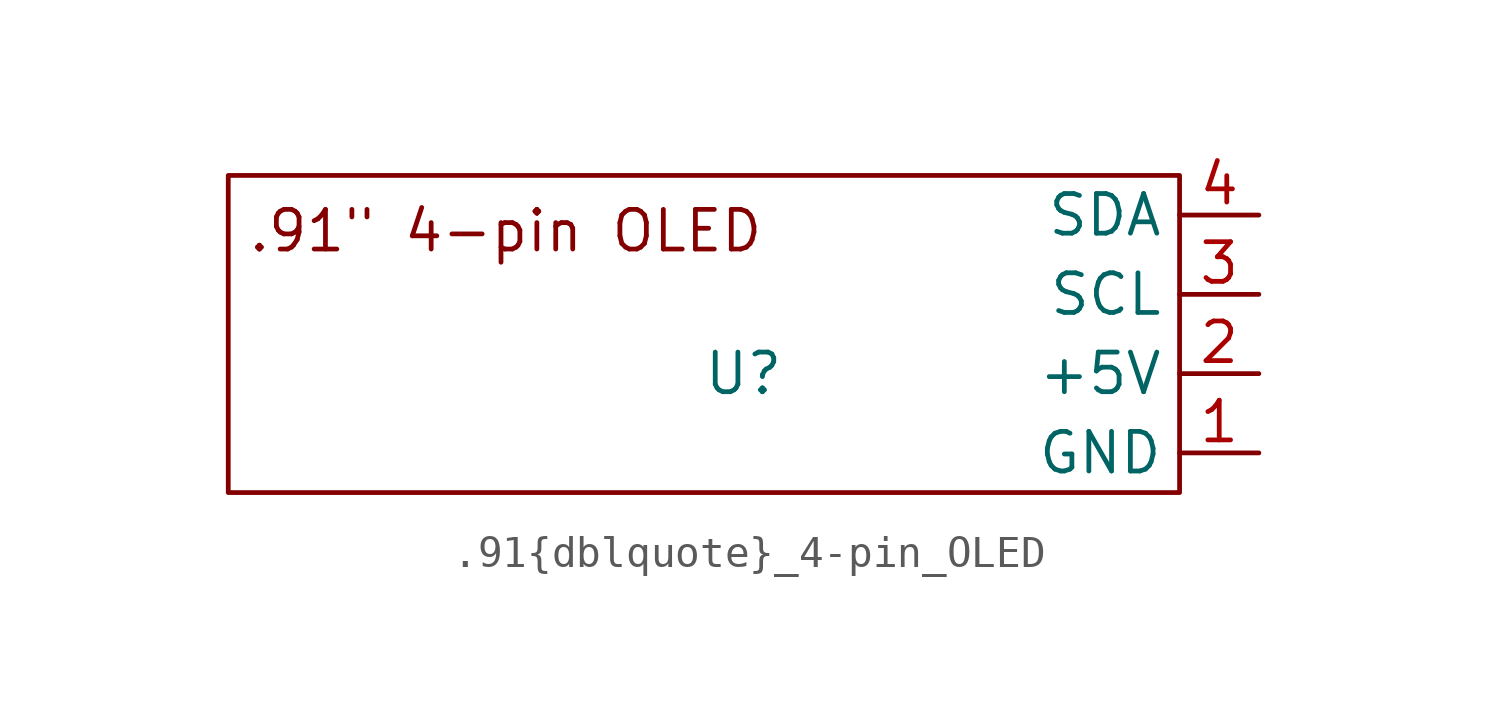
<source format=kicad_sym>
(kicad_symbol_lib
  (version 20231120)
  (generator "kicad_symbol_editor")
  (generator_version "8.0")
  (symbol ".91{dblquote}_4-pin_OLED"
    (property "Reference" "U"
      (at 0 -1.27 0)
      (effects (font (size 1.27 1.27))))
    (property "Value" ""
      (at 0 -1.27 0)
      (effects (font (size 1.27 1.27))))
    (symbol ".91{dblquote}_4-pin_OLED_0_1"
      (rectangle (start -16.51 5.08) (end 13.97 -5.08) (stroke (width 0) (type default)) (fill (type none))))
    (symbol ".91{dblquote}_4-pin_OLED_1_1"
      (text ".91\" 4-pin OLED" (at -7.62 3.302 0) (effects (font (size 1.27 1.27))))
      (pin input line (at 16.51 -3.81 180) (length 2.54) (name "GND" (effects (font (size 1.27 1.27)))) (number "1" (effects (font (size 1.27 1.27)))))
      (pin input line (at 16.51 -1.27 180) (length 2.54) (name "+5V" (effects (font (size 1.27 1.27)))) (number "2" (effects (font (size 1.27 1.27)))))
      (pin input line (at 16.51 1.27 180) (length 2.54) (name "SCL" (effects (font (size 1.27 1.27)))) (number "3" (effects (font (size 1.27 1.27)))))
      (pin input line (at 16.51 3.81 180) (length 2.54) (name "SDA" (effects (font (size 1.27 1.27)))) (number "4" (effects (font (size 1.27 1.27))))))))
</source>
